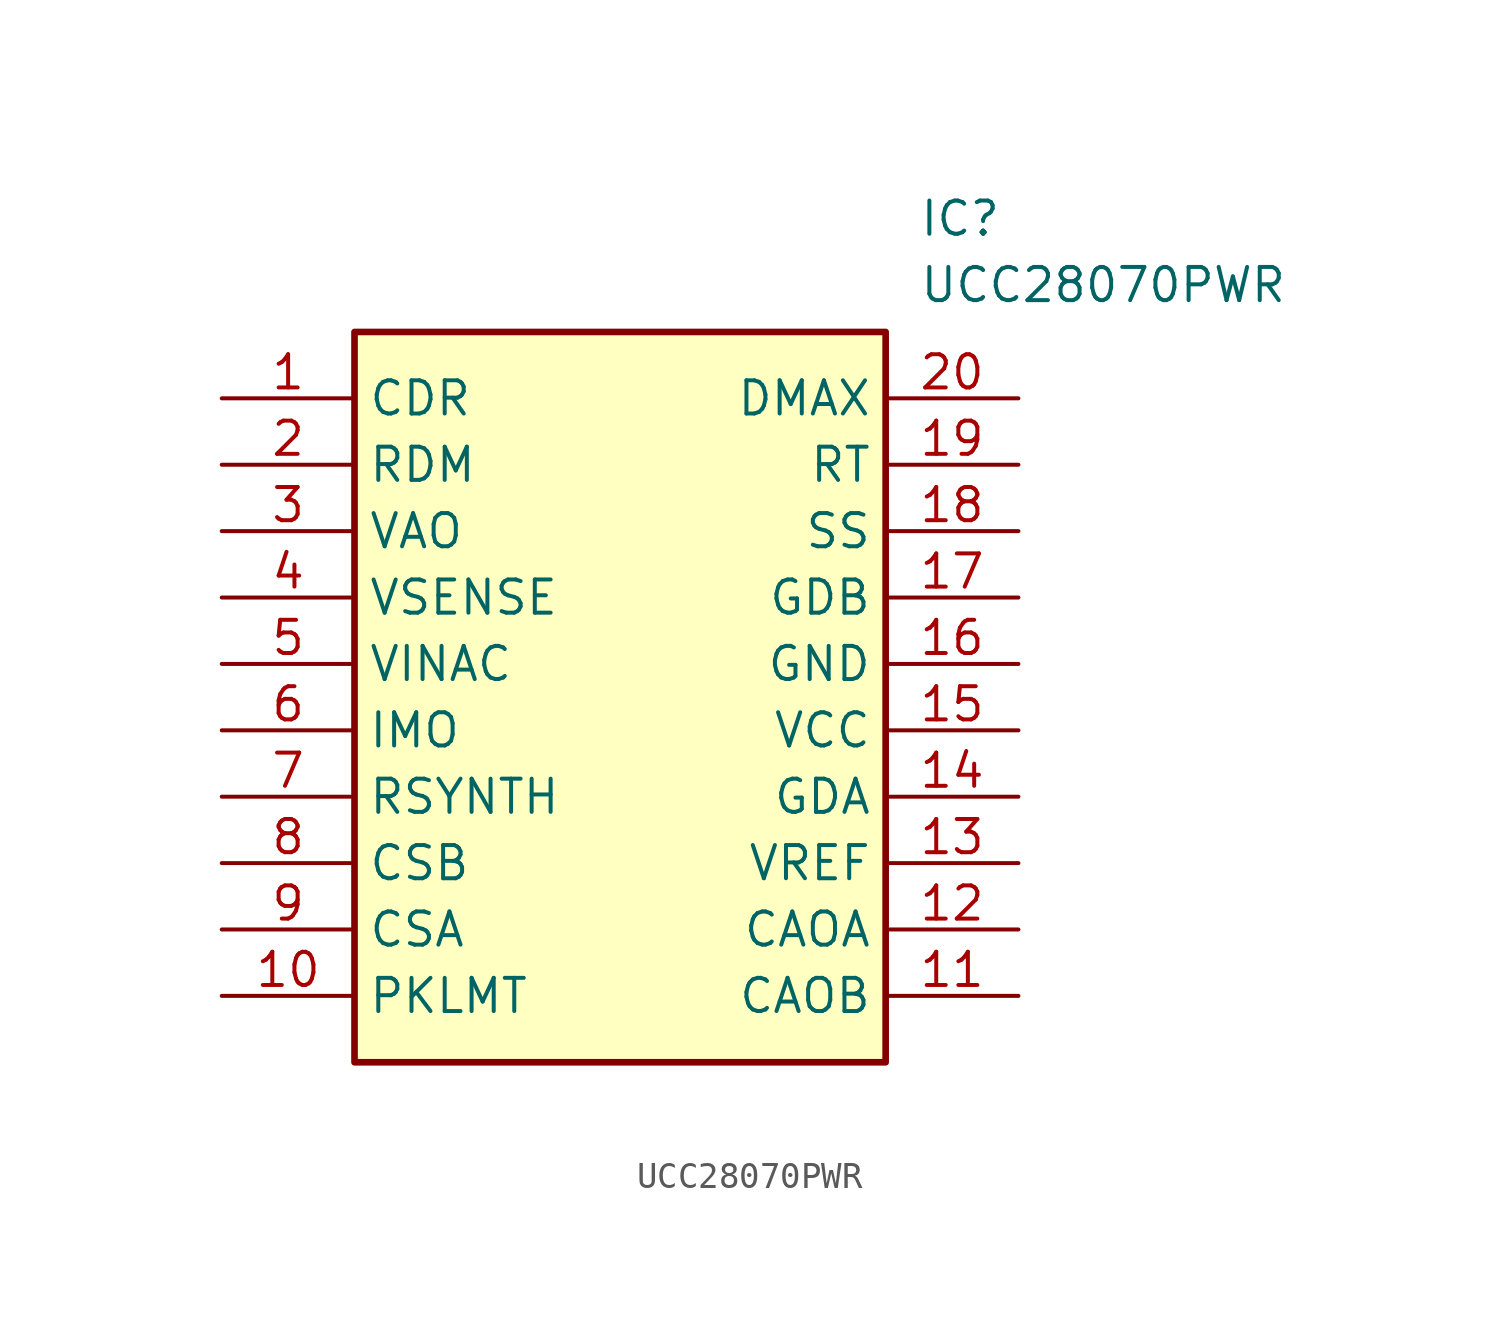
<source format=kicad_sym>
(kicad_symbol_lib
  (version 20211014)
  (generator SamacSys_ECAD_Model)
  (symbol "UCC28070PWR"
    (property "Reference" "IC"
      (at 26.67 7.62 0)
      (effects (font (size 1.27 1.27)) (justify left top)))
    (property "Value" "UCC28070PWR"
      (at 26.67 5.08 0)
      (effects (font (size 1.27 1.27)) (justify left top)))
    (rectangle
      (start 5.08 2.54)
      (end 25.4 -25.4)
      (stroke (width 0.254) (type default))
      (fill (type background)))
    (pin passive line
      (at 0 0 0)
      (length 5.08)
      (name "CDR" (effects (font (size 1.27 1.27))))
      (number "1" (effects (font (size 1.27 1.27)))))
    (pin passive line
      (at 0 -2.54 0)
      (length 5.08)
      (name "RDM" (effects (font (size 1.27 1.27))))
      (number "2" (effects (font (size 1.27 1.27)))))
    (pin passive line
      (at 0 -5.08 0)
      (length 5.08)
      (name "VAO" (effects (font (size 1.27 1.27))))
      (number "3" (effects (font (size 1.27 1.27)))))
    (pin passive line
      (at 0 -7.62 0)
      (length 5.08)
      (name "VSENSE" (effects (font (size 1.27 1.27))))
      (number "4" (effects (font (size 1.27 1.27)))))
    (pin passive line
      (at 0 -10.16 0)
      (length 5.08)
      (name "VINAC" (effects (font (size 1.27 1.27))))
      (number "5" (effects (font (size 1.27 1.27)))))
    (pin passive line
      (at 0 -12.7 0)
      (length 5.08)
      (name "IMO" (effects (font (size 1.27 1.27))))
      (number "6" (effects (font (size 1.27 1.27)))))
    (pin passive line
      (at 0 -15.24 0)
      (length 5.08)
      (name "RSYNTH" (effects (font (size 1.27 1.27))))
      (number "7" (effects (font (size 1.27 1.27)))))
    (pin passive line
      (at 0 -17.78 0)
      (length 5.08)
      (name "CSB" (effects (font (size 1.27 1.27))))
      (number "8" (effects (font (size 1.27 1.27)))))
    (pin passive line
      (at 0 -20.32 0)
      (length 5.08)
      (name "CSA" (effects (font (size 1.27 1.27))))
      (number "9" (effects (font (size 1.27 1.27)))))
    (pin passive line
      (at 0 -22.86 0)
      (length 5.08)
      (name "PKLMT" (effects (font (size 1.27 1.27))))
      (number "10" (effects (font (size 1.27 1.27)))))
    (pin passive line
      (at 30.48 0 180)
      (length 5.08)
      (name "DMAX" (effects (font (size 1.27 1.27))))
      (number "20" (effects (font (size 1.27 1.27)))))
    (pin passive line
      (at 30.48 -2.54 180)
      (length 5.08)
      (name "RT" (effects (font (size 1.27 1.27))))
      (number "19" (effects (font (size 1.27 1.27)))))
    (pin passive line
      (at 30.48 -5.08 180)
      (length 5.08)
      (name "SS" (effects (font (size 1.27 1.27))))
      (number "18" (effects (font (size 1.27 1.27)))))
    (pin passive line
      (at 30.48 -7.62 180)
      (length 5.08)
      (name "GDB" (effects (font (size 1.27 1.27))))
      (number "17" (effects (font (size 1.27 1.27)))))
    (pin passive line
      (at 30.48 -10.16 180)
      (length 5.08)
      (name "GND" (effects (font (size 1.27 1.27))))
      (number "16" (effects (font (size 1.27 1.27)))))
    (pin passive line
      (at 30.48 -12.7 180)
      (length 5.08)
      (name "VCC" (effects (font (size 1.27 1.27))))
      (number "15" (effects (font (size 1.27 1.27)))))
    (pin passive line
      (at 30.48 -15.24 180)
      (length 5.08)
      (name "GDA" (effects (font (size 1.27 1.27))))
      (number "14" (effects (font (size 1.27 1.27)))))
    (pin passive line
      (at 30.48 -17.78 180)
      (length 5.08)
      (name "VREF" (effects (font (size 1.27 1.27))))
      (number "13" (effects (font (size 1.27 1.27)))))
    (pin passive line
      (at 30.48 -20.32 180)
      (length 5.08)
      (name "CAOA" (effects (font (size 1.27 1.27))))
      (number "12" (effects (font (size 1.27 1.27)))))
    (pin passive line
      (at 30.48 -22.86 180)
      (length 5.08)
      (name "CAOB" (effects (font (size 1.27 1.27))))
      (number "11" (effects (font (size 1.27 1.27)))))))
</source>
